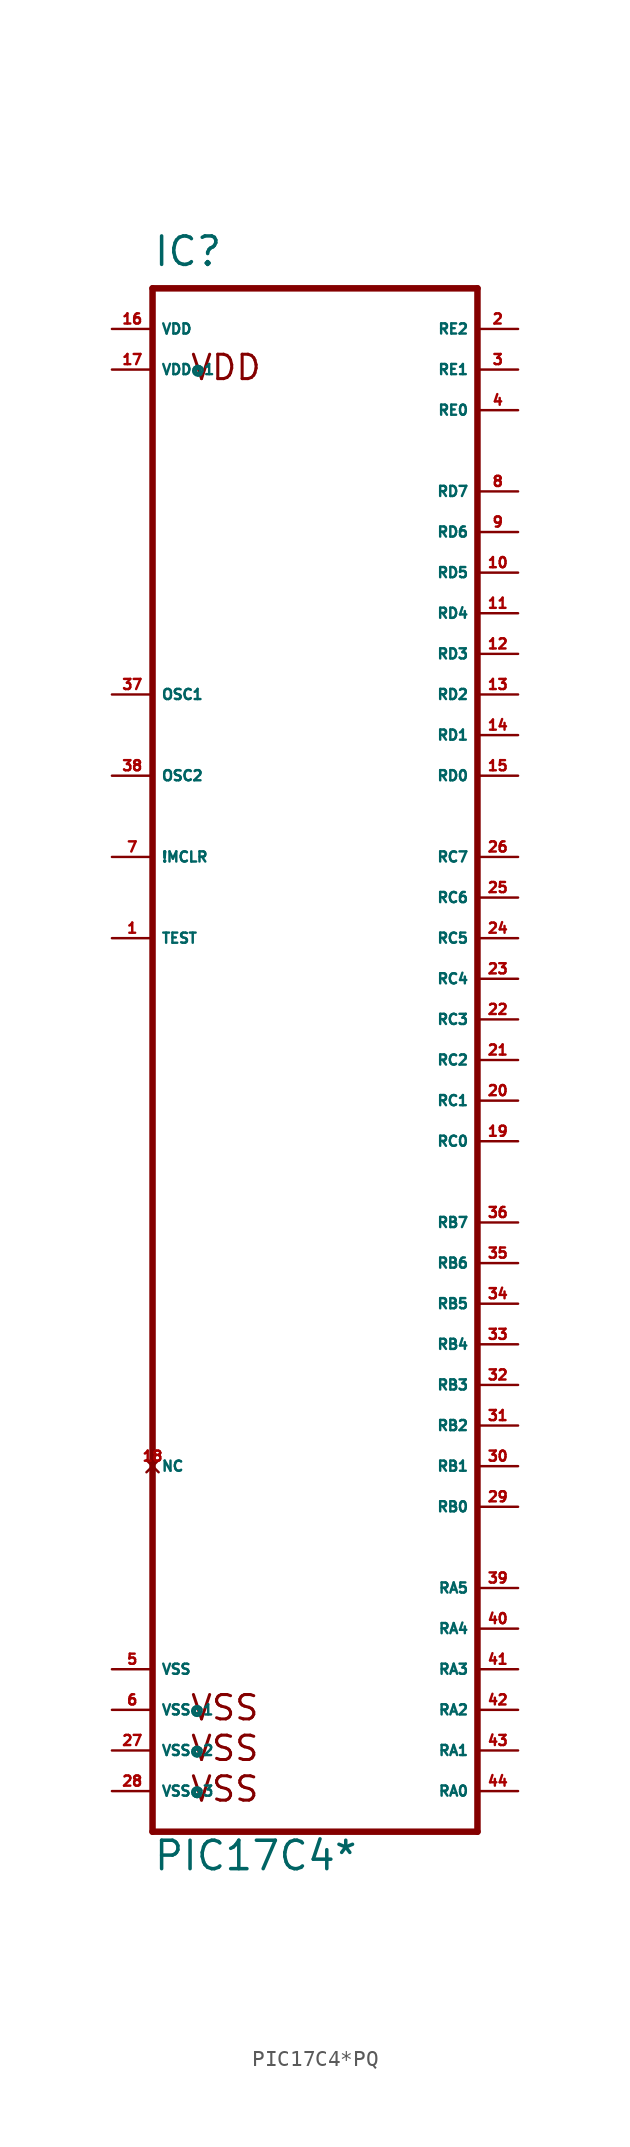
<source format=kicad_sym>
(kicad_symbol_lib
  (version 20220914)
  (generator Eagle2Kicad)
  (symbol "PIC17C4*PQ"
    (property "Reference" "IC"
      (at -10.16 44.45 0)
      (effects (font (size 1.778 1.778) (thickness 0.22)) (justify left bottom)))
    (property "Value" "PIC17C4*"
      (at -10.16 -55.88 0)
      (effects (font (size 1.778 1.778) (thickness 0.22)) (justify left bottom)))
    (polyline
      (pts (xy -10.16 -53.34) (xy 10.16 -53.34))
      (stroke (width 0.406) (type default))
      (fill (type none)))
    (polyline
      (pts (xy 10.16 -53.34) (xy 10.16 43.18))
      (stroke (width 0.406) (type default))
      (fill (type none)))
    (polyline
      (pts (xy 10.16 43.18) (xy -10.16 43.18))
      (stroke (width 0.406) (type default))
      (fill (type none)))
    (polyline
      (pts (xy -10.16 43.18) (xy -10.16 -53.34))
      (stroke (width 0.406) (type default))
      (fill (type none)))
    (text "VDD"
      (at -7.874 37.338 0)
      (effects (font (size 1.524 1.524) (thickness 0.19)) (justify left bottom)))
    (text "VSS "
      (at -7.874 -46.482 0)
      (effects (font (size 1.524 1.524) (thickness 0.19)) (justify left bottom)))
    (text "VSS  "
      (at -7.874 -49.022 0)
      (effects (font (size 1.524 1.524) (thickness 0.19)) (justify left bottom)))
    (text "VSS   "
      (at -7.874 -51.562 0)
      (effects (font (size 1.524 1.524) (thickness 0.19)) (justify left bottom)))
    (pin input line
      (at -12.7 7.62 0)
      (length 2.54)
      (name "!MCLR" (effects (font (size 0.635 0.635) (thickness 0.08)) (justify left bottom)))
      (number "7" (effects (font (size 0.635 0.635) (thickness 0.08)) (justify left bottom))))
    (pin input line
      (at -12.7 17.78 0)
      (length 2.54)
      (name "OSC1" (effects (font (size 0.635 0.635) (thickness 0.08)) (justify left bottom)))
      (number "37" (effects (font (size 0.635 0.635) (thickness 0.08)) (justify left bottom))))
    (pin bidirectional line
      (at 12.7 -50.8 180)
      (length 2.54)
      (name "RA0" (effects (font (size 0.635 0.635) (thickness 0.08)) (justify left bottom)))
      (number "44" (effects (font (size 0.635 0.635) (thickness 0.08)) (justify left bottom))))
    (pin bidirectional line
      (at 12.7 -48.26 180)
      (length 2.54)
      (name "RA1" (effects (font (size 0.635 0.635) (thickness 0.08)) (justify left bottom)))
      (number "43" (effects (font (size 0.635 0.635) (thickness 0.08)) (justify left bottom))))
    (pin bidirectional line
      (at 12.7 -45.72 180)
      (length 2.54)
      (name "RA2" (effects (font (size 0.635 0.635) (thickness 0.08)) (justify left bottom)))
      (number "42" (effects (font (size 0.635 0.635) (thickness 0.08)) (justify left bottom))))
    (pin bidirectional line
      (at 12.7 -43.18 180)
      (length 2.54)
      (name "RA3" (effects (font (size 0.635 0.635) (thickness 0.08)) (justify left bottom)))
      (number "41" (effects (font (size 0.635 0.635) (thickness 0.08)) (justify left bottom))))
    (pin bidirectional line
      (at 12.7 -40.64 180)
      (length 2.54)
      (name "RA4" (effects (font (size 0.635 0.635) (thickness 0.08)) (justify left bottom)))
      (number "40" (effects (font (size 0.635 0.635) (thickness 0.08)) (justify left bottom))))
    (pin bidirectional line
      (at 12.7 -38.1 180)
      (length 2.54)
      (name "RA5" (effects (font (size 0.635 0.635) (thickness 0.08)) (justify left bottom)))
      (number "39" (effects (font (size 0.635 0.635) (thickness 0.08)) (justify left bottom))))
    (pin bidirectional line
      (at 12.7 -33.02 180)
      (length 2.54)
      (name "RB0" (effects (font (size 0.635 0.635) (thickness 0.08)) (justify left bottom)))
      (number "29" (effects (font (size 0.635 0.635) (thickness 0.08)) (justify left bottom))))
    (pin bidirectional line
      (at 12.7 -30.48 180)
      (length 2.54)
      (name "RB1" (effects (font (size 0.635 0.635) (thickness 0.08)) (justify left bottom)))
      (number "30" (effects (font (size 0.635 0.635) (thickness 0.08)) (justify left bottom))))
    (pin bidirectional line
      (at 12.7 -27.94 180)
      (length 2.54)
      (name "RB2" (effects (font (size 0.635 0.635) (thickness 0.08)) (justify left bottom)))
      (number "31" (effects (font (size 0.635 0.635) (thickness 0.08)) (justify left bottom))))
    (pin bidirectional line
      (at 12.7 -25.4 180)
      (length 2.54)
      (name "RB3" (effects (font (size 0.635 0.635) (thickness 0.08)) (justify left bottom)))
      (number "32" (effects (font (size 0.635 0.635) (thickness 0.08)) (justify left bottom))))
    (pin bidirectional line
      (at 12.7 -22.86 180)
      (length 2.54)
      (name "RB4" (effects (font (size 0.635 0.635) (thickness 0.08)) (justify left bottom)))
      (number "33" (effects (font (size 0.635 0.635) (thickness 0.08)) (justify left bottom))))
    (pin bidirectional line
      (at 12.7 -20.32 180)
      (length 2.54)
      (name "RB5" (effects (font (size 0.635 0.635) (thickness 0.08)) (justify left bottom)))
      (number "34" (effects (font (size 0.635 0.635) (thickness 0.08)) (justify left bottom))))
    (pin bidirectional line
      (at 12.7 -17.78 180)
      (length 2.54)
      (name "RB6" (effects (font (size 0.635 0.635) (thickness 0.08)) (justify left bottom)))
      (number "35" (effects (font (size 0.635 0.635) (thickness 0.08)) (justify left bottom))))
    (pin bidirectional line
      (at 12.7 -10.16 180)
      (length 2.54)
      (name "RC0" (effects (font (size 0.635 0.635) (thickness 0.08)) (justify left bottom)))
      (number "19" (effects (font (size 0.635 0.635) (thickness 0.08)) (justify left bottom))))
    (pin bidirectional line
      (at 12.7 -7.62 180)
      (length 2.54)
      (name "RC1" (effects (font (size 0.635 0.635) (thickness 0.08)) (justify left bottom)))
      (number "20" (effects (font (size 0.635 0.635) (thickness 0.08)) (justify left bottom))))
    (pin bidirectional line
      (at 12.7 -5.08 180)
      (length 2.54)
      (name "RC2" (effects (font (size 0.635 0.635) (thickness 0.08)) (justify left bottom)))
      (number "21" (effects (font (size 0.635 0.635) (thickness 0.08)) (justify left bottom))))
    (pin bidirectional line
      (at 12.7 -2.54 180)
      (length 2.54)
      (name "RC3" (effects (font (size 0.635 0.635) (thickness 0.08)) (justify left bottom)))
      (number "22" (effects (font (size 0.635 0.635) (thickness 0.08)) (justify left bottom))))
    (pin bidirectional line
      (at 12.7 0 180)
      (length 2.54)
      (name "RC4" (effects (font (size 0.635 0.635) (thickness 0.08)) (justify left bottom)))
      (number "23" (effects (font (size 0.635 0.635) (thickness 0.08)) (justify left bottom))))
    (pin bidirectional line
      (at 12.7 2.54 180)
      (length 2.54)
      (name "RC5" (effects (font (size 0.635 0.635) (thickness 0.08)) (justify left bottom)))
      (number "24" (effects (font (size 0.635 0.635) (thickness 0.08)) (justify left bottom))))
    (pin bidirectional line
      (at 12.7 5.08 180)
      (length 2.54)
      (name "RC6" (effects (font (size 0.635 0.635) (thickness 0.08)) (justify left bottom)))
      (number "25" (effects (font (size 0.635 0.635) (thickness 0.08)) (justify left bottom))))
    (pin bidirectional line
      (at 12.7 7.62 180)
      (length 2.54)
      (name "RC7" (effects (font (size 0.635 0.635) (thickness 0.08)) (justify left bottom)))
      (number "26" (effects (font (size 0.635 0.635) (thickness 0.08)) (justify left bottom))))
    (pin bidirectional line
      (at 12.7 -15.24 180)
      (length 2.54)
      (name "RB7" (effects (font (size 0.635 0.635) (thickness 0.08)) (justify left bottom)))
      (number "36" (effects (font (size 0.635 0.635) (thickness 0.08)) (justify left bottom))))
    (pin bidirectional line
      (at 12.7 12.7 180)
      (length 2.54)
      (name "RD0" (effects (font (size 0.635 0.635) (thickness 0.08)) (justify left bottom)))
      (number "15" (effects (font (size 0.635 0.635) (thickness 0.08)) (justify left bottom))))
    (pin bidirectional line
      (at 12.7 15.24 180)
      (length 2.54)
      (name "RD1" (effects (font (size 0.635 0.635) (thickness 0.08)) (justify left bottom)))
      (number "14" (effects (font (size 0.635 0.635) (thickness 0.08)) (justify left bottom))))
    (pin bidirectional line
      (at 12.7 17.78 180)
      (length 2.54)
      (name "RD2" (effects (font (size 0.635 0.635) (thickness 0.08)) (justify left bottom)))
      (number "13" (effects (font (size 0.635 0.635) (thickness 0.08)) (justify left bottom))))
    (pin bidirectional line
      (at 12.7 20.32 180)
      (length 2.54)
      (name "RD3" (effects (font (size 0.635 0.635) (thickness 0.08)) (justify left bottom)))
      (number "12" (effects (font (size 0.635 0.635) (thickness 0.08)) (justify left bottom))))
    (pin bidirectional line
      (at 12.7 22.86 180)
      (length 2.54)
      (name "RD4" (effects (font (size 0.635 0.635) (thickness 0.08)) (justify left bottom)))
      (number "11" (effects (font (size 0.635 0.635) (thickness 0.08)) (justify left bottom))))
    (pin bidirectional line
      (at 12.7 25.4 180)
      (length 2.54)
      (name "RD5" (effects (font (size 0.635 0.635) (thickness 0.08)) (justify left bottom)))
      (number "10" (effects (font (size 0.635 0.635) (thickness 0.08)) (justify left bottom))))
    (pin bidirectional line
      (at 12.7 27.94 180)
      (length 2.54)
      (name "RD6" (effects (font (size 0.635 0.635) (thickness 0.08)) (justify left bottom)))
      (number "9" (effects (font (size 0.635 0.635) (thickness 0.08)) (justify left bottom))))
    (pin bidirectional line
      (at 12.7 30.48 180)
      (length 2.54)
      (name "RD7" (effects (font (size 0.635 0.635) (thickness 0.08)) (justify left bottom)))
      (number "8" (effects (font (size 0.635 0.635) (thickness 0.08)) (justify left bottom))))
    (pin output line
      (at -12.7 12.7 0)
      (length 2.54)
      (name "OSC2" (effects (font (size 0.635 0.635) (thickness 0.08)) (justify left bottom)))
      (number "38" (effects (font (size 0.635 0.635) (thickness 0.08)) (justify left bottom))))
    (pin unspecified line
      (at -12.7 -45.72 0)
      (length 2.54)
      (name "VSS@1" (effects (font (size 0.635 0.635) (thickness 0.08)) (justify left bottom)))
      (number "6" (effects (font (size 0.635 0.635) (thickness 0.08)) (justify left bottom))))
    (pin unspecified line
      (at -12.7 -43.18 0)
      (length 2.54)
      (name "VSS" (effects (font (size 0.635 0.635) (thickness 0.08)) (justify left bottom)))
      (number "5" (effects (font (size 0.635 0.635) (thickness 0.08)) (justify left bottom))))
    (pin input line
      (at -12.7 2.54 0)
      (length 2.54)
      (name "TEST" (effects (font (size 0.635 0.635) (thickness 0.08)) (justify left bottom)))
      (number "1" (effects (font (size 0.635 0.635) (thickness 0.08)) (justify left bottom))))
    (pin unspecified line
      (at -12.7 40.64 0)
      (length 2.54)
      (name "VDD" (effects (font (size 0.635 0.635) (thickness 0.08)) (justify left bottom)))
      (number "16" (effects (font (size 0.635 0.635) (thickness 0.08)) (justify left bottom))))
    (pin bidirectional line
      (at 12.7 35.56 180)
      (length 2.54)
      (name "RE0" (effects (font (size 0.635 0.635) (thickness 0.08)) (justify left bottom)))
      (number "4" (effects (font (size 0.635 0.635) (thickness 0.08)) (justify left bottom))))
    (pin bidirectional line
      (at 12.7 38.1 180)
      (length 2.54)
      (name "RE1" (effects (font (size 0.635 0.635) (thickness 0.08)) (justify left bottom)))
      (number "3" (effects (font (size 0.635 0.635) (thickness 0.08)) (justify left bottom))))
    (pin bidirectional line
      (at 12.7 40.64 180)
      (length 2.54)
      (name "RE2" (effects (font (size 0.635 0.635) (thickness 0.08)) (justify left bottom)))
      (number "2" (effects (font (size 0.635 0.635) (thickness 0.08)) (justify left bottom))))
    (pin unspecified line
      (at -12.7 -48.26 0)
      (length 2.54)
      (name "VSS@2" (effects (font (size 0.635 0.635) (thickness 0.08)) (justify left bottom)))
      (number "27" (effects (font (size 0.635 0.635) (thickness 0.08)) (justify left bottom))))
    (pin unspecified line
      (at -12.7 -50.8 0)
      (length 2.54)
      (name "VSS@3" (effects (font (size 0.635 0.635) (thickness 0.08)) (justify left bottom)))
      (number "28" (effects (font (size 0.635 0.635) (thickness 0.08)) (justify left bottom))))
    (pin unspecified line
      (at -12.7 38.1 0)
      (length 2.54)
      (name "VDD@1" (effects (font (size 0.635 0.635) (thickness 0.08)) (justify left bottom)))
      (number "17" (effects (font (size 0.635 0.635) (thickness 0.08)) (justify left bottom))))
    (pin no_connect line
      (at -10.16 -30.48 0)
      (length 0)
      (name "NC" (effects (font (size 0.635 0.635) (thickness 0.08)) (justify left bottom) hide))
      (number "18" (effects (font (size 0.635 0.635) (thickness 0.08)) (justify left bottom) hide)))))
</source>
